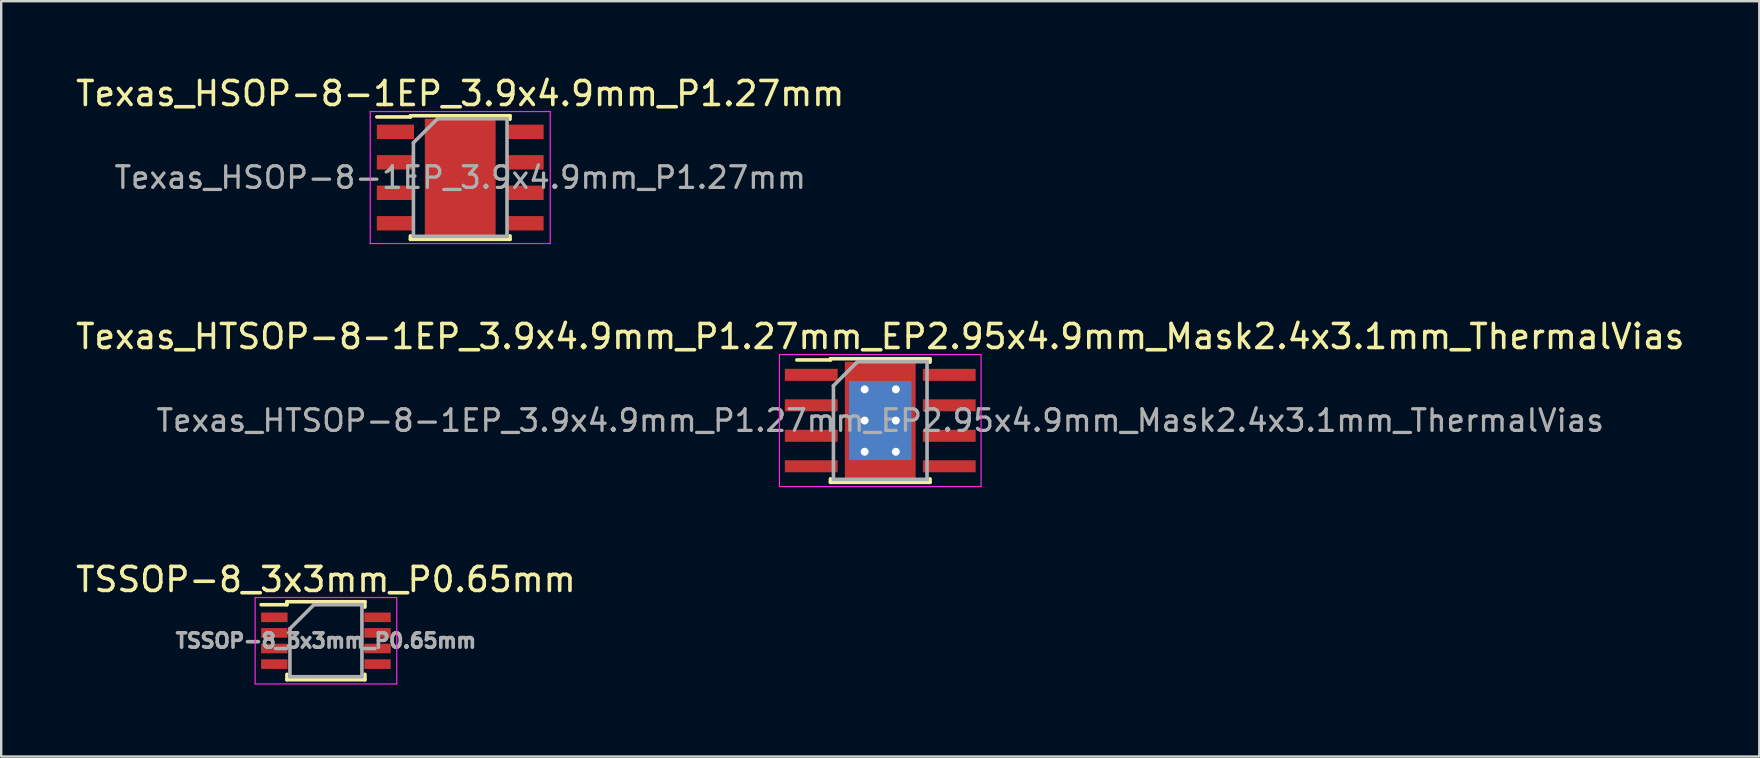
<source format=kicad_pcb>
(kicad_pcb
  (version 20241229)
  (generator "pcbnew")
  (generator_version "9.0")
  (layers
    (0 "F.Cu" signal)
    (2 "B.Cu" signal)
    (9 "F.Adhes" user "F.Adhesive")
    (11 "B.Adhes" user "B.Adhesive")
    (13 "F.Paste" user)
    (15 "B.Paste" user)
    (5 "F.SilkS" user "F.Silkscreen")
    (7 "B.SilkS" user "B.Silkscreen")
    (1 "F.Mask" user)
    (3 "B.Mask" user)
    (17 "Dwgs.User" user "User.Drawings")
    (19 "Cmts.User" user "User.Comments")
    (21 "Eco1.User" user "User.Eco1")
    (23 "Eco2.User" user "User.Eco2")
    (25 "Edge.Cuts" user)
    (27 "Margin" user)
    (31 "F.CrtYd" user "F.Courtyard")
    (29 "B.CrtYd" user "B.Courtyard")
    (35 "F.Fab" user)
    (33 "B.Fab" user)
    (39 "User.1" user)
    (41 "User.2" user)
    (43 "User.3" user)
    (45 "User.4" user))
  (footprint "TSSOP-8_3x3mm_P0.65mm"
    (layer "F.Cu")
    (at 10.53 23.645)
    (property "Reference" "TSSOP-8_3x3mm_P0.65mm" (at 0 -2.55 0) (layer "F.SilkS") (effects (font (size 1 1) (thickness 0.15))))
    (attr smd)
    (fp_line (start -1.625 -1.625) (end -1.625 -1.5) (stroke (width 0.15) (type solid)) (layer "F.SilkS"))
    (fp_line (start -1.625 -1.625) (end 1.625 -1.625) (stroke (width 0.15) (type solid)) (layer "F.SilkS"))
    (fp_line (start -1.625 -1.5) (end -2.7 -1.5) (stroke (width 0.15) (type solid)) (layer "F.SilkS"))
    (fp_line (start -1.625 1.625) (end -1.625 1.4) (stroke (width 0.15) (type solid)) (layer "F.SilkS"))
    (fp_line (start -1.625 1.625) (end 1.625 1.625) (stroke (width 0.15) (type solid)) (layer "F.SilkS"))
    (fp_line (start 1.625 -1.625) (end 1.625 -1.4) (stroke (width 0.15) (type solid)) (layer "F.SilkS"))
    (fp_line (start 1.625 1.625) (end 1.625 1.4) (stroke (width 0.15) (type solid)) (layer "F.SilkS"))
    (fp_line (start -2.95 -1.8) (end -2.95 1.8) (stroke (width 0.05) (type solid)) (layer "F.CrtYd"))
    (fp_line (start -2.95 -1.8) (end 2.95 -1.8) (stroke (width 0.05) (type solid)) (layer "F.CrtYd"))
    (fp_line (start -2.95 1.8) (end 2.95 1.8) (stroke (width 0.05) (type solid)) (layer "F.CrtYd"))
    (fp_line (start 2.95 -1.8) (end 2.95 1.8) (stroke (width 0.05) (type solid)) (layer "F.CrtYd"))
    (fp_line (start -1.5 -0.5) (end -0.5 -1.5) (stroke (width 0.15) (type solid)) (layer "F.Fab"))
    (fp_line (start -1.5 1.5) (end -1.5 -0.5) (stroke (width 0.15) (type solid)) (layer "F.Fab"))
    (fp_line (start -0.5 -1.5) (end 1.5 -1.5) (stroke (width 0.15) (type solid)) (layer "F.Fab"))
    (fp_line (start 1.5 -1.5) (end 1.5 1.5) (stroke (width 0.15) (type solid)) (layer "F.Fab"))
    (fp_line (start 1.5 1.5) (end -1.5 1.5) (stroke (width 0.15) (type solid)) (layer "F.Fab"))
    (fp_text user "${REFERENCE}" (at 0 0 0) (layer "F.Fab") (effects (font (size 0.6 0.6) (thickness 0.15))))
    (pad "1" smd rect (at -2.15 -0.975) (size 1.1 0.4) (layers "F.Cu" "F.Mask" "F.Paste"))
    (pad "2" smd rect (at -2.15 -0.325) (size 1.1 0.4) (layers "F.Cu" "F.Mask" "F.Paste"))
    (pad "3" smd rect (at -2.15 0.325) (size 1.1 0.4) (layers "F.Cu" "F.Mask" "F.Paste"))
    (pad "4" smd rect (at -2.15 0.975) (size 1.1 0.4) (layers "F.Cu" "F.Mask" "F.Paste"))
    (pad "5" smd rect (at 2.15 0.975) (size 1.1 0.4) (layers "F.Cu" "F.Mask" "F.Paste"))
    (pad "6" smd rect (at 2.15 0.325) (size 1.1 0.4) (layers "F.Cu" "F.Mask" "F.Paste"))
    (pad "7" smd rect (at 2.15 -0.325) (size 1.1 0.4) (layers "F.Cu" "F.Mask" "F.Paste"))
    (pad "8" smd rect (at 2.15 -0.975) (size 1.1 0.4) (layers "F.Cu" "F.Mask" "F.Paste")))
  (footprint "Texas_HSOP-8-1EP_3.9x4.9mm_P1.27mm"
    (layer "F.Cu")
    (at 16.125 4.348)
    (property "Reference" "Texas_HSOP-8-1EP_3.9x4.9mm_P1.27mm" (at 0 -3.5 0) (layer "F.SilkS") (effects (font (size 1 1) (thickness 0.15))))
    (attr smd)
    (fp_line (start -2.075 -2.575) (end -2.075 -2.525) (stroke (width 0.15) (type solid)) (layer "F.SilkS"))
    (fp_line (start -2.075 -2.575) (end 2.075 -2.575) (stroke (width 0.15) (type solid)) (layer "F.SilkS"))
    (fp_line (start -2.075 -2.525) (end -3.475 -2.525) (stroke (width 0.15) (type solid)) (layer "F.SilkS"))
    (fp_line (start -2.075 2.575) (end -2.075 2.43) (stroke (width 0.15) (type solid)) (layer "F.SilkS"))
    (fp_line (start -2.075 2.575) (end 2.075 2.575) (stroke (width 0.15) (type solid)) (layer "F.SilkS"))
    (fp_line (start 2.075 -2.575) (end 2.075 -2.43) (stroke (width 0.15) (type solid)) (layer "F.SilkS"))
    (fp_line (start 2.075 2.575) (end 2.075 2.43) (stroke (width 0.15) (type solid)) (layer "F.SilkS"))
    (fp_line (start -3.75 -2.75) (end -3.75 2.75) (stroke (width 0.05) (type solid)) (layer "F.CrtYd"))
    (fp_line (start -3.75 -2.75) (end 3.75 -2.75) (stroke (width 0.05) (type solid)) (layer "F.CrtYd"))
    (fp_line (start -3.75 2.75) (end 3.75 2.75) (stroke (width 0.05) (type solid)) (layer "F.CrtYd"))
    (fp_line (start 3.75 -2.75) (end 3.75 2.75) (stroke (width 0.05) (type solid)) (layer "F.CrtYd"))
    (fp_line (start -1.95 -1.45) (end -0.95 -2.45) (stroke (width 0.15) (type solid)) (layer "F.Fab"))
    (fp_line (start -1.95 2.45) (end -1.95 -1.45) (stroke (width 0.15) (type solid)) (layer "F.Fab"))
    (fp_line (start -0.95 -2.45) (end 1.95 -2.45) (stroke (width 0.15) (type solid)) (layer "F.Fab"))
    (fp_line (start 1.95 -2.45) (end 1.95 2.45) (stroke (width 0.15) (type solid)) (layer "F.Fab"))
    (fp_line (start 1.95 2.45) (end -1.95 2.45) (stroke (width 0.15) (type solid)) (layer "F.Fab"))
    (fp_text user "${REFERENCE}" (at 0 0 0) (layer "F.Fab") (effects (font (size 0.9 0.9) (thickness 0.135))))
    (pad "" smd rect (at 0 0) (size 2.6 3.1) (layers "F.Mask"))
    (pad "" smd rect (at 0 0) (size 2.6 3.1) (layers "F.Paste"))
    (pad "1" smd rect (at -2.7 -1.905) (size 1.55 0.6) (layers "F.Cu" "F.Mask" "F.Paste"))
    (pad "2" smd rect (at -2.7 -0.635) (size 1.55 0.6) (layers "F.Cu" "F.Mask" "F.Paste"))
    (pad "3" smd rect (at -2.7 0.635) (size 1.55 0.6) (layers "F.Cu" "F.Mask" "F.Paste"))
    (pad "4" smd rect (at -2.7 1.905) (size 1.55 0.6) (layers "F.Cu" "F.Mask" "F.Paste"))
    (pad "5" smd rect (at 2.7 1.905) (size 1.55 0.6) (layers "F.Cu" "F.Mask" "F.Paste"))
    (pad "6" smd rect (at 2.7 0.635) (size 1.55 0.6) (layers "F.Cu" "F.Mask" "F.Paste"))
    (pad "7" smd rect (at 2.7 -0.635) (size 1.55 0.6) (layers "F.Cu" "F.Mask" "F.Paste"))
    (pad "8" smd rect (at 2.7 -1.905) (size 1.55 0.6) (layers "F.Cu" "F.Mask" "F.Paste"))
    (pad "9" smd rect (at 0 0) (size 2.95 4.9) (layers "F.Cu")))
  (footprint "Texas_HTSOP-8-1EP_3.9x4.9mm_P1.27mm_EP2.95x4.9mm_Mask2.4x3.1mm_ThermalVias"
    (layer "F.Cu")
    (at 33.625 14.472)
    (property "Reference" "Texas_HTSOP-8-1EP_3.9x4.9mm_P1.27mm_EP2.95x4.9mm_Mask2.4x3.1mm_ThermalVias" (at 0 -3.5 0) (layer "F.SilkS") (effects (font (size 1 1) (thickness 0.15))))
    (attr smd)
    (fp_line (start -2.075 -2.575) (end -2.075 -2.525) (stroke (width 0.15) (type solid)) (layer "F.SilkS"))
    (fp_line (start -2.075 -2.575) (end 2.075 -2.575) (stroke (width 0.15) (type solid)) (layer "F.SilkS"))
    (fp_line (start -2.075 -2.525) (end -3.475 -2.525) (stroke (width 0.15) (type solid)) (layer "F.SilkS"))
    (fp_line (start -2.075 2.575) (end -2.075 2.43) (stroke (width 0.15) (type solid)) (layer "F.SilkS"))
    (fp_line (start -2.075 2.575) (end 2.075 2.575) (stroke (width 0.15) (type solid)) (layer "F.SilkS"))
    (fp_line (start 2.075 -2.575) (end 2.075 -2.43) (stroke (width 0.15) (type solid)) (layer "F.SilkS"))
    (fp_line (start 2.075 2.575) (end 2.075 2.43) (stroke (width 0.15) (type solid)) (layer "F.SilkS"))
    (fp_line (start -4.2 -2.75) (end -4.2 2.75) (stroke (width 0.05) (type solid)) (layer "F.CrtYd"))
    (fp_line (start -4.2 -2.75) (end 4.2 -2.75) (stroke (width 0.05) (type solid)) (layer "F.CrtYd"))
    (fp_line (start -4.2 2.75) (end 4.2 2.75) (stroke (width 0.05) (type solid)) (layer "F.CrtYd"))
    (fp_line (start 4.2 -2.75) (end 4.2 2.75) (stroke (width 0.05) (type solid)) (layer "F.CrtYd"))
    (fp_line (start -1.95 -1.45) (end -0.95 -2.45) (stroke (width 0.15) (type solid)) (layer "F.Fab"))
    (fp_line (start -1.95 2.45) (end -1.95 -1.45) (stroke (width 0.15) (type solid)) (layer "F.Fab"))
    (fp_line (start -0.95 -2.45) (end 1.95 -2.45) (stroke (width 0.15) (type solid)) (layer "F.Fab"))
    (fp_line (start 1.95 -2.45) (end 1.95 2.45) (stroke (width 0.15) (type solid)) (layer "F.Fab"))
    (fp_line (start 1.95 2.45) (end -1.95 2.45) (stroke (width 0.15) (type solid)) (layer "F.Fab"))
    (fp_text user "${REFERENCE}" (at 0 0 0) (layer "F.Fab") (effects (font (size 0.9 0.9) (thickness 0.135))))
    (pad "" smd rect (at 0 0) (size 2.4 3.1) (layers "F.Mask"))
    (pad "" smd rect (at 0 0) (size 2.4 3.1) (layers "F.Paste"))
    (pad "1" smd rect (at -2.875 -1.905) (size 2.2 0.5) (layers "F.Cu" "F.Mask" "F.Paste"))
    (pad "2" smd rect (at -2.875 -0.635) (size 2.2 0.5) (layers "F.Cu" "F.Mask" "F.Paste"))
    (pad "3" smd rect (at -2.875 0.635) (size 2.2 0.5) (layers "F.Cu" "F.Mask" "F.Paste"))
    (pad "4" smd rect (at -2.875 1.905) (size 2.2 0.5) (layers "F.Cu" "F.Mask" "F.Paste"))
    (pad "5" smd rect (at 2.875 1.905) (size 2.2 0.5) (layers "F.Cu" "F.Mask" "F.Paste"))
    (pad "6" smd rect (at 2.875 0.635) (size 2.2 0.5) (layers "F.Cu" "F.Mask" "F.Paste"))
    (pad "7" smd rect (at 2.875 -0.635) (size 2.2 0.5) (layers "F.Cu" "F.Mask" "F.Paste"))
    (pad "8" smd rect (at 2.875 -1.905) (size 2.2 0.5) (layers "F.Cu" "F.Mask" "F.Paste"))
    (pad "9" thru_hole circle (at -0.65 -1.3) (size 0.63 0.63) (drill 0.33) (layers "*.Cu" "*.Mask"))
    (pad "9" thru_hole circle (at -0.65 0) (size 0.63 0.63) (drill 0.33) (layers "*.Cu" "*.Mask"))
    (pad "9" thru_hole circle (at -0.65 1.3) (size 0.63 0.63) (drill 0.33) (layers "*.Cu" "*.Mask"))
    (pad "9" smd rect (at 0 0) (size 2.6 3.3) (layers "B.Cu"))
    (pad "9" smd rect (at 0 0) (size 2.95 4.9) (layers "F.Cu"))
    (pad "9" thru_hole circle (at 0.65 -1.3) (size 0.63 0.63) (drill 0.33) (layers "*.Cu" "*.Mask"))
    (pad "9" thru_hole circle (at 0.65 0) (size 0.63 0.63) (drill 0.33) (layers "*.Cu" "*.Mask"))
    (pad "9" thru_hole circle (at 0.65 1.3) (size 0.63 0.63) (drill 0.33) (layers "*.Cu" "*.Mask")))
  (gr_rect
    (start -3 -3)
    (end 70.25 28.47)
    (stroke (width 0.1) (type default))
    (fill no)
    (layer "Edge.Cuts")))
</source>
